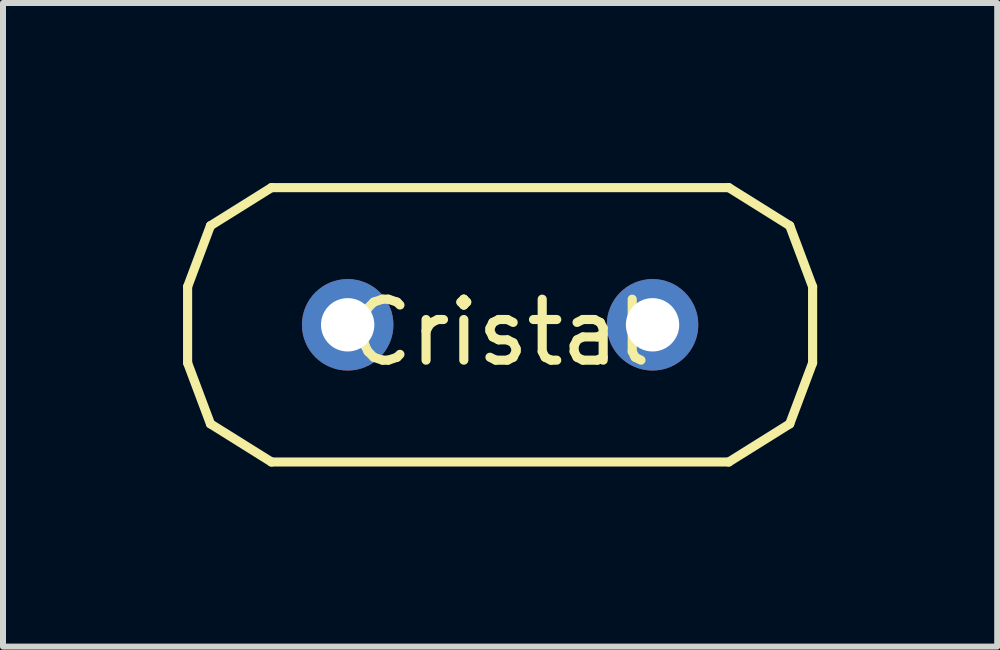
<source format=kicad_pcb>
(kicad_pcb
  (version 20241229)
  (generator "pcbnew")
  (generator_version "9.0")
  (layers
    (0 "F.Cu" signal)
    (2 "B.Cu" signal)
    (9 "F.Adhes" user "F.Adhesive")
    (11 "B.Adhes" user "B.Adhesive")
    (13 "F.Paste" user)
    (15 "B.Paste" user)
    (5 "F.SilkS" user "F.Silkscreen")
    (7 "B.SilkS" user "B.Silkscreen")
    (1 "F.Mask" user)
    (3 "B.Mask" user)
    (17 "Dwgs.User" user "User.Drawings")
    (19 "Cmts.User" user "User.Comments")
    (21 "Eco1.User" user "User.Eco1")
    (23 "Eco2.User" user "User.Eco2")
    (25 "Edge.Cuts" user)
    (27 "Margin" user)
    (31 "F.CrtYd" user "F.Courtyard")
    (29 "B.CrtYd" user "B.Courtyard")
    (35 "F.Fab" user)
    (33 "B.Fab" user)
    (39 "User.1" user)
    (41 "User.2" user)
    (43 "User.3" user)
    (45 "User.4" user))
  (footprint "Cristal"
    (layer "F.Cu")
    (at 2.743 2.362)
    (property "Reference" "Cristal" (at 2.54 0.127 0) (layer "F.SilkS") (effects (font (size 1.016 1.016) (thickness 0.152))))
    (attr through_hole)
    (fp_line (start -2.667 -0.635) (end -2.667 0.635) (stroke (width 0.152) (type solid)) (layer "F.SilkS"))
    (fp_line (start -2.286 -1.651) (end -2.667 -0.635) (stroke (width 0.152) (type solid)) (layer "F.SilkS"))
    (fp_line (start -2.286 1.651) (end -2.667 0.635) (stroke (width 0.152) (type solid)) (layer "F.SilkS"))
    (fp_line (start -1.27 -2.286) (end -2.286 -1.651) (stroke (width 0.152) (type solid)) (layer "F.SilkS"))
    (fp_line (start -1.27 -2.286) (end 6.35 -2.286) (stroke (width 0.152) (type solid)) (layer "F.SilkS"))
    (fp_line (start -1.27 2.286) (end -2.286 1.651) (stroke (width 0.152) (type solid)) (layer "F.SilkS"))
    (fp_line (start 6.35 -2.286) (end 7.366 -1.651) (stroke (width 0.152) (type solid)) (layer "F.SilkS"))
    (fp_line (start 6.35 2.286) (end -1.27 2.286) (stroke (width 0.152) (type solid)) (layer "F.SilkS"))
    (fp_line (start 6.35 2.286) (end 7.366 1.651) (stroke (width 0.152) (type solid)) (layer "F.SilkS"))
    (fp_line (start 7.366 -1.651) (end 7.747 -0.635) (stroke (width 0.152) (type solid)) (layer "F.SilkS"))
    (fp_line (start 7.366 1.651) (end 7.747 0.635) (stroke (width 0.152) (type solid)) (layer "F.SilkS"))
    (fp_line (start 7.747 -0.635) (end 7.747 0.635) (stroke (width 0.152) (type solid)) (layer "F.SilkS"))
    (pad "1" thru_hole circle (at 0 0) (size 1.524 1.524) (drill 0.889) (layers "*.Cu" "*.Mask"))
    (pad "2" thru_hole circle (at 5.08 0) (size 1.524 1.524) (drill 0.889) (layers "*.Cu" "*.Mask")))
  (gr_rect
    (start -3 -3)
    (end 13.566 7.724)
    (stroke (width 0.1) (type default))
    (fill no)
    (layer "Edge.Cuts")))
</source>
